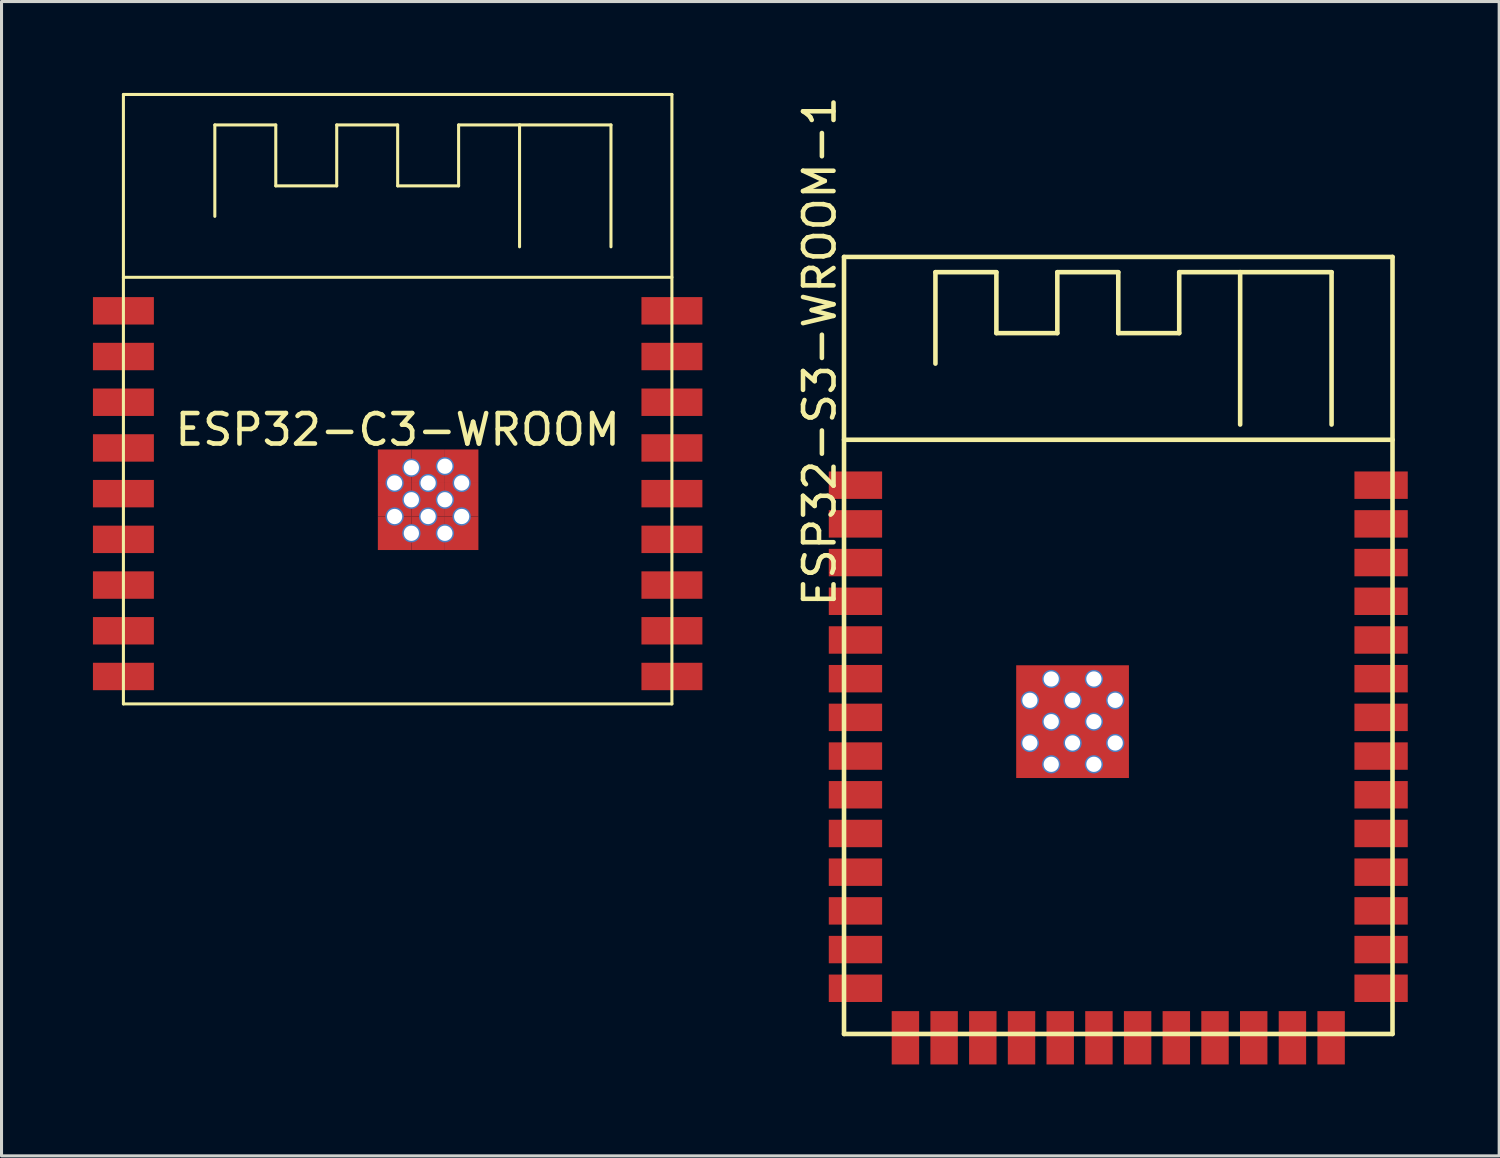
<source format=kicad_pcb>
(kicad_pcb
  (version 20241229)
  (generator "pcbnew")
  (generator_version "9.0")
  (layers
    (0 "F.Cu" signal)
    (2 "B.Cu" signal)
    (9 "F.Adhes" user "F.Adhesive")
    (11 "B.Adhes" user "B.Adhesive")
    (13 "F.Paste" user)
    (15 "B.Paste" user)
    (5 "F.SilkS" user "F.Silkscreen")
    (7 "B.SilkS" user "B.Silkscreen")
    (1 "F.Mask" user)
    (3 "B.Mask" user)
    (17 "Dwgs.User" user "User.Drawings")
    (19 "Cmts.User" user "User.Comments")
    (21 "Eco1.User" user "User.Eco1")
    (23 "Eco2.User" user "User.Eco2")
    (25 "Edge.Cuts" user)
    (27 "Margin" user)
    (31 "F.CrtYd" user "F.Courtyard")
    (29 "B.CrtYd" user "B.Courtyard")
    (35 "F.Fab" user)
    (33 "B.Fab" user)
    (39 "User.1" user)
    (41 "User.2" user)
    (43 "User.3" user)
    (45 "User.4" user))
  (footprint "ESP32-C3-WROOM"
    (layer "F.Cu")
    (at 10 10.05)
    (property "Reference" "ESP32-C3-WROOM" (at 0 1 0) (layer "F.SilkS") (effects (font (size 1 1) (thickness 0.15))))
    (attr smd)
    (fp_line (start -9 -10) (end -9 10) (stroke (width 0.1) (type solid)) (layer "F.SilkS"))
    (fp_line (start -9 -4) (end 9 -4) (stroke (width 0.1) (type solid)) (layer "F.SilkS"))
    (fp_line (start -9 10) (end 9 10) (stroke (width 0.1) (type solid)) (layer "F.SilkS"))
    (fp_line (start -6 -9) (end -6 -6) (stroke (width 0.1) (type solid)) (layer "F.SilkS"))
    (fp_line (start -4 -9) (end -6 -9) (stroke (width 0.1) (type solid)) (layer "F.SilkS"))
    (fp_line (start -4 -7) (end -4 -9) (stroke (width 0.1) (type solid)) (layer "F.SilkS"))
    (fp_line (start -2 -9) (end -2 -7) (stroke (width 0.1) (type solid)) (layer "F.SilkS"))
    (fp_line (start -2 -7) (end -4 -7) (stroke (width 0.1) (type solid)) (layer "F.SilkS"))
    (fp_line (start 0 -9) (end -2 -9) (stroke (width 0.1) (type solid)) (layer "F.SilkS"))
    (fp_line (start 0 -7) (end 0 -9) (stroke (width 0.1) (type solid)) (layer "F.SilkS"))
    (fp_line (start 2 -9) (end 2 -7) (stroke (width 0.1) (type solid)) (layer "F.SilkS"))
    (fp_line (start 2 -7) (end 0 -7) (stroke (width 0.1) (type solid)) (layer "F.SilkS"))
    (fp_line (start 4 -9) (end 2 -9) (stroke (width 0.1) (type solid)) (layer "F.SilkS"))
    (fp_line (start 4 -9) (end 4 -5) (stroke (width 0.1) (type solid)) (layer "F.SilkS"))
    (fp_line (start 7 -9) (end 4 -9) (stroke (width 0.1) (type solid)) (layer "F.SilkS"))
    (fp_line (start 7 -5) (end 7 -9) (stroke (width 0.1) (type solid)) (layer "F.SilkS"))
    (fp_line (start 9 -10) (end -9 -10) (stroke (width 0.1) (type solid)) (layer "F.SilkS"))
    (fp_line (start 9 10) (end 9 -10) (stroke (width 0.1) (type solid)) (layer "F.SilkS"))
    (pad "1" smd rect (at -9 -2.9) (size 2 0.9) (layers "F.Cu" "F.Mask" "F.Paste"))
    (pad "2" smd rect (at -9 -1.4) (size 2 0.9) (layers "F.Cu" "F.Mask" "F.Paste"))
    (pad "3" smd rect (at -9 0.1) (size 2 0.9) (layers "F.Cu" "F.Mask" "F.Paste"))
    (pad "4" smd rect (at -9 1.6) (size 2 0.9) (layers "F.Cu" "F.Mask" "F.Paste"))
    (pad "5" smd rect (at -9 3.1) (size 2 0.9) (layers "F.Cu" "F.Mask" "F.Paste"))
    (pad "6" smd rect (at -9 4.6) (size 2 0.9) (layers "F.Cu" "F.Mask" "F.Paste"))
    (pad "7" smd rect (at -9 6.1) (size 2 0.9) (layers "F.Cu" "F.Mask" "F.Paste"))
    (pad "8" smd rect (at -9 7.6) (size 2 0.9) (layers "F.Cu" "F.Mask" "F.Paste"))
    (pad "9" smd rect (at -9 9.1) (size 2 0.9) (layers "F.Cu" "F.Mask" "F.Paste"))
    (pad "10" smd rect (at 9 9.1) (size 2 0.9) (layers "F.Cu" "F.Mask" "F.Paste"))
    (pad "11" smd rect (at 9 7.6) (size 2 0.9) (layers "F.Cu" "F.Mask" "F.Paste"))
    (pad "12" smd rect (at 9 6.1) (size 2 0.9) (layers "F.Cu" "F.Mask" "F.Paste"))
    (pad "13" smd rect (at 9 4.6) (size 2 0.9) (layers "F.Cu" "F.Mask" "F.Paste"))
    (pad "14" smd rect (at 9 3.1) (size 2 0.9) (layers "F.Cu" "F.Mask" "F.Paste"))
    (pad "15" smd rect (at 9 1.6) (size 2 0.9) (layers "F.Cu" "F.Mask" "F.Paste"))
    (pad "16" smd rect (at 9 0.1) (size 2 0.9) (layers "F.Cu" "F.Mask" "F.Paste"))
    (pad "17" smd rect (at 9 -1.4) (size 2 0.9) (layers "F.Cu" "F.Mask" "F.Paste"))
    (pad "18" smd rect (at 9 -2.9) (size 2 0.9) (layers "F.Cu" "F.Mask" "F.Paste"))
    (pad "19" smd rect (at -0.1 2.2) (size 1.1 1.1) (layers "F.Cu" "F.Mask" "F.Paste"))
    (pad "19" thru_hole circle (at -0.1 2.75) (size 0.6 0.6) (drill 0.5) (layers "*.Cu" "*.Mask"))
    (pad "19" smd rect (at -0.1 3.3) (size 1.1 1.1) (layers "F.Cu" "F.Mask" "F.Paste"))
    (pad "19" thru_hole circle (at -0.1 3.85) (size 0.6 0.6) (drill 0.5) (layers "*.Cu" "*.Mask"))
    (pad "19" smd rect (at -0.1 4.4) (size 1.1 1.1) (layers "F.Cu" "F.Mask" "F.Paste"))
    (pad "19" thru_hole circle (at 0.45 2.25) (size 0.6 0.6) (drill 0.5) (layers "*.Cu" "*.Mask"))
    (pad "19" thru_hole circle (at 0.45 3.3) (size 0.6 0.6) (drill 0.5) (layers "*.Cu" "*.Mask"))
    (pad "19" thru_hole circle (at 0.45 4.4) (size 0.6 0.6) (drill 0.5) (layers "*.Cu" "*.Mask"))
    (pad "19" smd rect (at 1 2.2) (size 1.1 1.1) (layers "F.Cu" "F.Mask" "F.Paste"))
    (pad "19" thru_hole circle (at 1 2.75) (size 0.6 0.6) (drill 0.5) (layers "*.Cu" "*.Mask"))
    (pad "19" smd rect (at 1 3.3) (size 1.1 1.1) (layers "F.Cu" "F.Mask" "F.Paste"))
    (pad "19" thru_hole circle (at 1 3.85) (size 0.6 0.6) (drill 0.5) (layers "*.Cu" "*.Mask"))
    (pad "19" smd rect (at 1 4.4) (size 1.1 1.1) (layers "F.Cu" "F.Mask" "F.Paste"))
    (pad "19" thru_hole circle (at 1.55 2.2) (size 0.6 0.6) (drill 0.5) (layers "*.Cu" "*.Mask"))
    (pad "19" thru_hole circle (at 1.55 3.3) (size 0.6 0.6) (drill 0.5) (layers "*.Cu" "*.Mask"))
    (pad "19" thru_hole circle (at 1.55 4.4) (size 0.6 0.6) (drill 0.5) (layers "*.Cu" "*.Mask"))
    (pad "19" smd rect (at 2.1 2.2) (size 1.1 1.1) (layers "F.Cu" "F.Mask" "F.Paste"))
    (pad "19" thru_hole circle (at 2.1 2.75) (size 0.6 0.6) (drill 0.5) (layers "*.Cu" "*.Mask"))
    (pad "19" smd rect (at 2.1 3.3) (size 1.1 1.1) (layers "F.Cu" "F.Mask" "F.Paste"))
    (pad "19" thru_hole circle (at 2.1 3.85) (size 0.6 0.6) (drill 0.5) (layers "*.Cu" "*.Mask"))
    (pad "19" smd rect (at 2.1 4.4) (size 1.1 1.1) (layers "F.Cu" "F.Mask" "F.Paste")))
  (footprint "ESP32-S3-WROOM-1"
    (layer "F.Cu")
    (at 33.648 18.132)
    (property "Reference" "ESP32-S3-WROOM-1" (at -9.8 -9.65 90) (layer "F.SilkS") (effects (font (size 1 1) (thickness 0.15))))
    (attr smd)
    (fp_line (start -9 -12.75) (end -9 12.75) (stroke (width 0.15) (type solid)) (layer "F.SilkS"))
    (fp_line (start -9 12.75) (end 9 12.75) (stroke (width 0.15) (type solid)) (layer "F.SilkS"))
    (fp_line (start -6 -12.25) (end -6 -9.25) (stroke (width 0.15) (type solid)) (layer "F.SilkS"))
    (fp_line (start -4 -12.25) (end -6 -12.25) (stroke (width 0.15) (type solid)) (layer "F.SilkS"))
    (fp_line (start -4 -10.25) (end -4 -12.25) (stroke (width 0.15) (type solid)) (layer "F.SilkS"))
    (fp_line (start -2 -12.25) (end -2 -10.25) (stroke (width 0.15) (type solid)) (layer "F.SilkS"))
    (fp_line (start -2 -10.25) (end -4 -10.25) (stroke (width 0.15) (type solid)) (layer "F.SilkS"))
    (fp_line (start 0 -12.25) (end -2 -12.25) (stroke (width 0.15) (type solid)) (layer "F.SilkS"))
    (fp_line (start 0 -10.25) (end 0 -12.25) (stroke (width 0.15) (type solid)) (layer "F.SilkS"))
    (fp_line (start 2 -12.25) (end 2 -10.25) (stroke (width 0.15) (type solid)) (layer "F.SilkS"))
    (fp_line (start 2 -12.25) (end 4 -12.25) (stroke (width 0.15) (type solid)) (layer "F.SilkS"))
    (fp_line (start 2 -10.25) (end 0 -10.25) (stroke (width 0.15) (type solid)) (layer "F.SilkS"))
    (fp_line (start 4 -12.25) (end 7 -12.25) (stroke (width 0.15) (type solid)) (layer "F.SilkS"))
    (fp_line (start 4 -7.25) (end 4 -12.25) (stroke (width 0.15) (type solid)) (layer "F.SilkS"))
    (fp_line (start 7 -12.25) (end 7 -7.25) (stroke (width 0.15) (type solid)) (layer "F.SilkS"))
    (fp_line (start 9 -12.75) (end -9 -12.75) (stroke (width 0.15) (type solid)) (layer "F.SilkS"))
    (fp_line (start 9 -6.75) (end -9 -6.75) (stroke (width 0.15) (type solid)) (layer "F.SilkS"))
    (fp_line (start 9 12.75) (end 9 -12.75) (stroke (width 0.15) (type solid)) (layer "F.SilkS"))
    (fp_rect (start -3.3 0.7) (end -2.5 1.5) (stroke (width 0.01) (type solid)) (fill yes) (layer "F.Paste"))
    (fp_rect (start -3.3 2.1) (end -2.5 2.9) (stroke (width 0.01) (type solid)) (fill yes) (layer "F.Paste"))
    (fp_rect (start -3.3 3.5) (end -2.5 4.3) (stroke (width 0.01) (type solid)) (fill yes) (layer "F.Paste"))
    (fp_rect (start -1.9 0.7) (end -1.1 1.5) (stroke (width 0.01) (type solid)) (fill yes) (layer "F.Paste"))
    (fp_rect (start -1.9 2.1) (end -1.1 2.9) (stroke (width 0.01) (type solid)) (fill yes) (layer "F.Paste"))
    (fp_rect (start -1.9 3.5) (end -1.1 4.3) (stroke (width 0.01) (type solid)) (fill yes) (layer "F.Paste"))
    (fp_rect (start -0.5 0.7) (end 0.3 1.5) (stroke (width 0.01) (type solid)) (fill yes) (layer "F.Paste"))
    (fp_rect (start -0.5 2.1) (end 0.3 2.9) (stroke (width 0.01) (type solid)) (fill yes) (layer "F.Paste"))
    (fp_rect (start -0.5 3.5) (end 0.3 4.3) (stroke (width 0.01) (type solid)) (fill yes) (layer "F.Paste"))
    (pad "1" smd rect (at -8.625 -5.26) (size 1.75 0.9) (layers "F.Cu" "F.Mask" "F.Paste"))
    (pad "2" smd rect (at -8.625 -3.99) (size 1.75 0.9) (layers "F.Cu" "F.Mask" "F.Paste"))
    (pad "3" smd rect (at -8.625 -2.72) (size 1.75 0.9) (layers "F.Cu" "F.Mask" "F.Paste"))
    (pad "4" smd rect (at -8.625 -1.45) (size 1.75 0.9) (layers "F.Cu" "F.Mask" "F.Paste"))
    (pad "5" smd rect (at -8.625 -0.18) (size 1.75 0.9) (layers "F.Cu" "F.Mask" "F.Paste"))
    (pad "6" smd rect (at -8.625 1.09) (size 1.75 0.9) (layers "F.Cu" "F.Mask" "F.Paste"))
    (pad "7" smd rect (at -8.625 2.36) (size 1.75 0.9) (layers "F.Cu" "F.Mask" "F.Paste"))
    (pad "8" smd rect (at -8.625 3.63) (size 1.75 0.9) (layers "F.Cu" "F.Mask" "F.Paste"))
    (pad "9" smd rect (at -8.625 4.9) (size 1.75 0.9) (layers "F.Cu" "F.Mask" "F.Paste"))
    (pad "10" smd rect (at -8.625 6.17) (size 1.75 0.9) (layers "F.Cu" "F.Mask" "F.Paste"))
    (pad "11" smd rect (at -8.625 7.44) (size 1.75 0.9) (layers "F.Cu" "F.Mask" "F.Paste"))
    (pad "12" smd rect (at -8.625 8.71) (size 1.75 0.9) (layers "F.Cu" "F.Mask" "F.Paste"))
    (pad "13" smd rect (at -8.625 9.98) (size 1.75 0.9) (layers "F.Cu" "F.Mask" "F.Paste"))
    (pad "14" smd rect (at -8.625 11.25) (size 1.75 0.9) (layers "F.Cu" "F.Mask" "F.Paste"))
    (pad "15" smd rect (at -6.985 12.875 90) (size 1.75 0.9) (layers "F.Cu" "F.Mask" "F.Paste"))
    (pad "16" smd rect (at -5.715 12.875 270) (size 1.75 0.9) (layers "F.Cu" "F.Mask" "F.Paste"))
    (pad "17" smd rect (at -4.445 12.875 270) (size 1.75 0.9) (layers "F.Cu" "F.Mask" "F.Paste"))
    (pad "18" smd rect (at -3.175 12.875 270) (size 1.75 0.9) (layers "F.Cu" "F.Mask" "F.Paste"))
    (pad "19" smd rect (at -1.905 12.875 270) (size 1.75 0.9) (layers "F.Cu" "F.Mask" "F.Paste"))
    (pad "20" smd rect (at -0.635 12.875 270) (size 1.75 0.9) (layers "F.Cu" "F.Mask" "F.Paste"))
    (pad "21" smd rect (at 0.635 12.875 270) (size 1.75 0.9) (layers "F.Cu" "F.Mask" "F.Paste"))
    (pad "22" smd rect (at 1.905 12.875 270) (size 1.75 0.9) (layers "F.Cu" "F.Mask" "F.Paste"))
    (pad "23" smd rect (at 3.175 12.875 270) (size 1.75 0.9) (layers "F.Cu" "F.Mask" "F.Paste"))
    (pad "24" smd rect (at 4.445 12.875 270) (size 1.75 0.9) (layers "F.Cu" "F.Mask" "F.Paste"))
    (pad "25" smd rect (at 5.715 12.875 270) (size 1.75 0.9) (layers "F.Cu" "F.Mask" "F.Paste"))
    (pad "26" smd rect (at 6.985 12.875 270) (size 1.75 0.9) (layers "F.Cu" "F.Mask" "F.Paste"))
    (pad "27" smd rect (at 8.625 11.25) (size 1.75 0.9) (layers "F.Cu" "F.Mask" "F.Paste"))
    (pad "28" smd rect (at 8.625 9.98) (size 1.75 0.9) (layers "F.Cu" "F.Mask" "F.Paste"))
    (pad "29" smd rect (at 8.625 8.71) (size 1.75 0.9) (layers "F.Cu" "F.Mask" "F.Paste"))
    (pad "30" smd rect (at 8.625 7.44) (size 1.75 0.9) (layers "F.Cu" "F.Mask" "F.Paste"))
    (pad "31" smd rect (at 8.625 6.17) (size 1.75 0.9) (layers "F.Cu" "F.Mask" "F.Paste"))
    (pad "32" smd rect (at 8.625 4.9) (size 1.75 0.9) (layers "F.Cu" "F.Mask" "F.Paste"))
    (pad "33" smd rect (at 8.625 3.63) (size 1.75 0.9) (layers "F.Cu" "F.Mask" "F.Paste"))
    (pad "34" smd rect (at 8.625 2.36) (size 1.75 0.9) (layers "F.Cu" "F.Mask" "F.Paste"))
    (pad "35" smd rect (at 8.625 1.09) (size 1.75 0.9) (layers "F.Cu" "F.Mask" "F.Paste"))
    (pad "36" smd rect (at 8.625 -0.18) (size 1.75 0.9) (layers "F.Cu" "F.Mask" "F.Paste"))
    (pad "37" smd rect (at 8.625 -1.45) (size 1.75 0.9) (layers "F.Cu" "F.Mask" "F.Paste"))
    (pad "38" smd rect (at 8.625 -2.72) (size 1.75 0.9) (layers "F.Cu" "F.Mask" "F.Paste"))
    (pad "39" smd rect (at 8.625 -3.99) (size 1.75 0.9) (layers "F.Cu" "F.Mask" "F.Paste"))
    (pad "40" smd rect (at 8.625 -5.26) (size 1.75 0.9) (layers "F.Cu" "F.Mask" "F.Paste"))
    (pad "41" thru_hole circle (at -2.9 1.8) (size 0.6 0.6) (drill 0.5) (layers "*.Cu" "*.Mask"))
    (pad "41" thru_hole circle (at -2.9 3.2) (size 0.6 0.6) (drill 0.5) (layers "*.Cu" "*.Mask"))
    (pad "41" thru_hole circle (at -2.2 1.1) (size 0.6 0.6) (drill 0.5) (layers "*.Cu" "*.Mask"))
    (pad "41" thru_hole circle (at -2.2 2.5) (size 0.6 0.6) (drill 0.5) (layers "*.Cu" "*.Mask"))
    (pad "41" thru_hole circle (at -2.2 3.9) (size 0.6 0.6) (drill 0.5) (layers "*.Cu" "*.Mask"))
    (pad "41" thru_hole circle (at -1.5 1.8) (size 0.6 0.6) (drill 0.5) (layers "*.Cu" "*.Mask"))
    (pad "41" smd rect (at -1.5 2.5) (size 3.7 3.7) (layers "F.Cu" "F.Mask"))
    (pad "41" thru_hole circle (at -1.5 3.2) (size 0.6 0.6) (drill 0.5) (layers "*.Cu" "*.Mask"))
    (pad "41" thru_hole circle (at -0.8 1.1) (size 0.6 0.6) (drill 0.5) (layers "*.Cu" "*.Mask"))
    (pad "41" thru_hole circle (at -0.8 2.5) (size 0.6 0.6) (drill 0.5) (layers "*.Cu" "*.Mask"))
    (pad "41" thru_hole circle (at -0.8 3.9) (size 0.6 0.6) (drill 0.5) (layers "*.Cu" "*.Mask"))
    (pad "41" thru_hole circle (at -0.1 1.8) (size 0.6 0.6) (drill 0.5) (layers "*.Cu" "*.Mask"))
    (pad "41" thru_hole circle (at -0.1 3.2) (size 0.6 0.6) (drill 0.5) (layers "*.Cu" "*.Mask")))
  (gr_rect
    (start -3 -3)
    (end 46.148 34.882)
    (stroke (width 0.1) (type default))
    (fill no)
    (layer "Edge.Cuts")))
</source>
